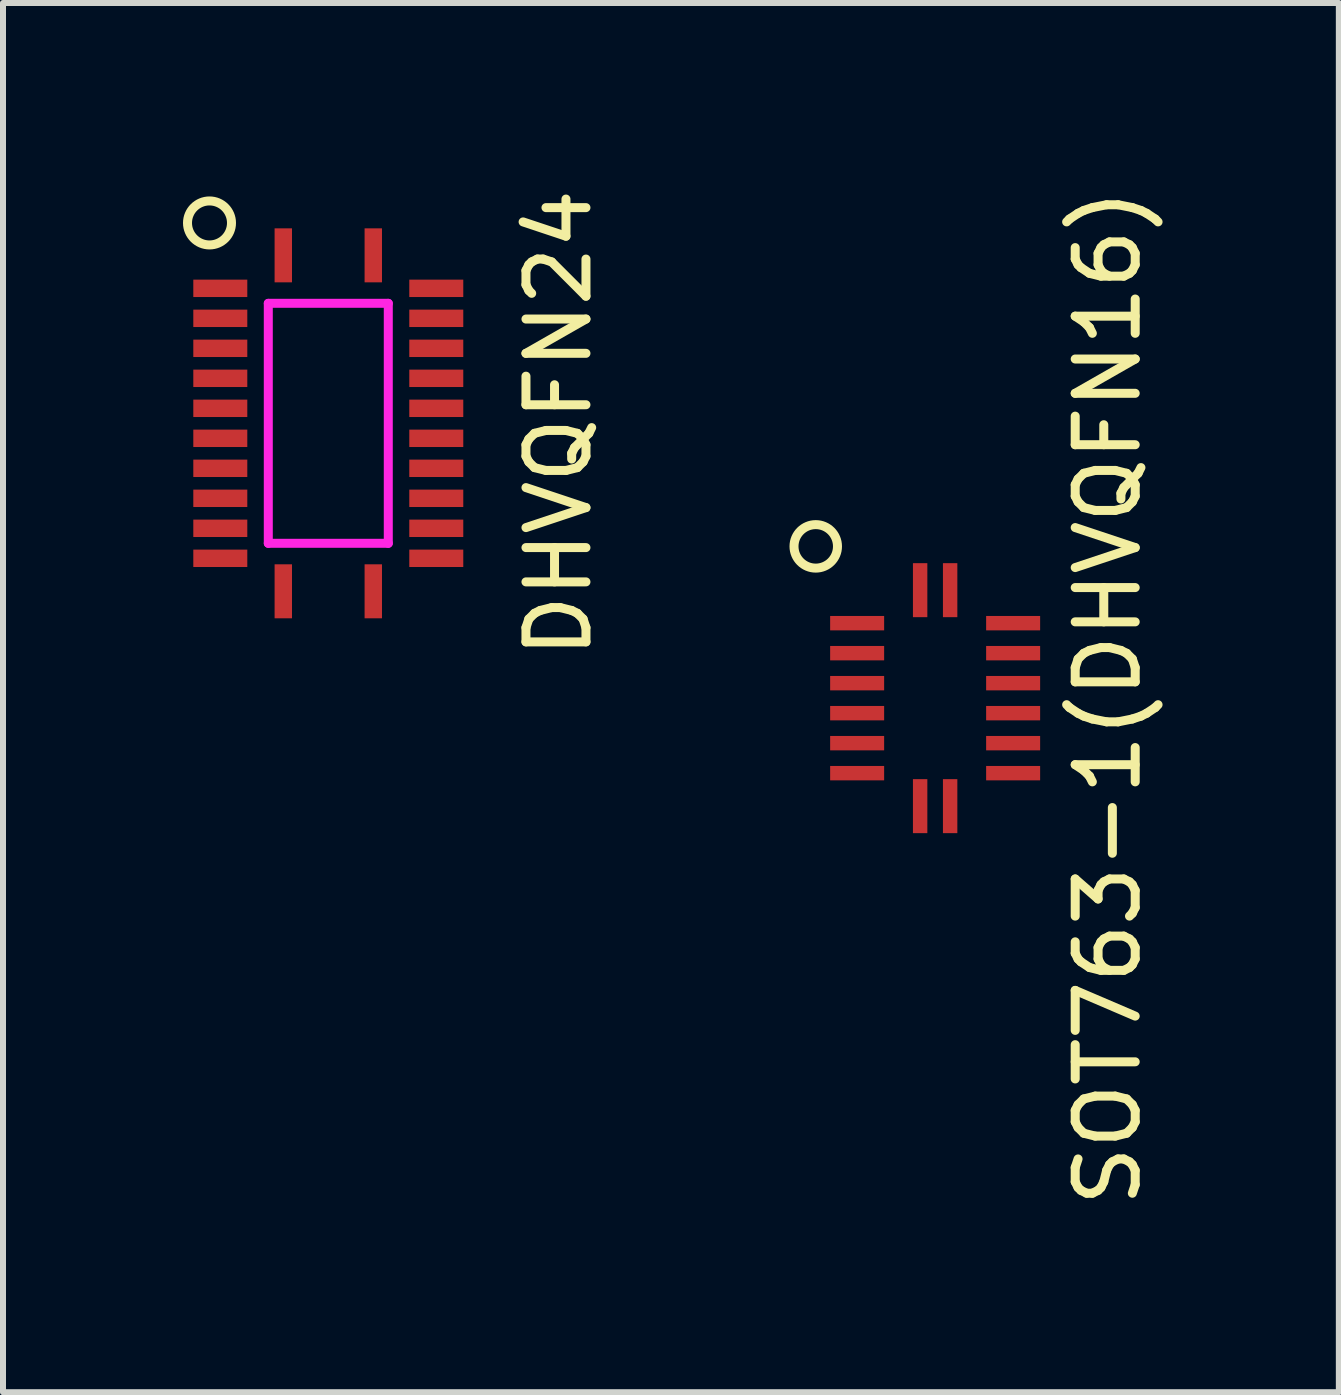
<source format=kicad_pcb>
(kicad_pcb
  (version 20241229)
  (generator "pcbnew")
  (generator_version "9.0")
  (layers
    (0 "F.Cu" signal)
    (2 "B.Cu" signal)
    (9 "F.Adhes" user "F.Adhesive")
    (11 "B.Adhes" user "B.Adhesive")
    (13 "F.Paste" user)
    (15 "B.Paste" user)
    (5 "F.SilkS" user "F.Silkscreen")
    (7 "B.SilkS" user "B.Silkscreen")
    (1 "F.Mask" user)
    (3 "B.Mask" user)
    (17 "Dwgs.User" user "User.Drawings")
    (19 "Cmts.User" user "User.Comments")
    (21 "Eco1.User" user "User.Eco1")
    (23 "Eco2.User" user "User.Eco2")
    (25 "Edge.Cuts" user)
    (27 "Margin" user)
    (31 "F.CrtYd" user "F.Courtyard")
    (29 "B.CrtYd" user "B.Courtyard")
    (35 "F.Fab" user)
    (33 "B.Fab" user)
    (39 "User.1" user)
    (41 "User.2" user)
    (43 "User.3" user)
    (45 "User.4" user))
  (footprint "SOT763-1(DHVQFN16)"
    (layer "F.Cu")
    (at 12.537 8.587)
    (property "Reference" "SOT763-1(DHVQFN16)" (at 2.88 -0.01 90) (layer "F.SilkS") (effects (font (size 1 1) (thickness 0.15))))
    (attr through_hole)
    (fp_circle (center -1.99 -2.53) (end -1.67 -2.36) (stroke (width 0.15) (type solid)) (fill no) (layer "F.SilkS"))
    (pad "1" smd rect (at -0.25 -1.8) (size 0.24 0.9) (layers "F.Cu" "F.Mask" "F.Paste"))
    (pad "2" smd rect (at -1.3 -1.25) (size 0.9 0.24) (layers "F.Cu" "F.Mask" "F.Paste"))
    (pad "3" smd rect (at -1.3 -0.75) (size 0.9 0.24) (layers "F.Cu" "F.Mask" "F.Paste"))
    (pad "4" smd rect (at -1.3 -0.25) (size 0.9 0.24) (layers "F.Cu" "F.Mask" "F.Paste"))
    (pad "5" smd rect (at -1.3 0.25) (size 0.9 0.24) (layers "F.Cu" "F.Mask" "F.Paste"))
    (pad "6" smd rect (at -1.3 0.75) (size 0.9 0.24) (layers "F.Cu" "F.Mask" "F.Paste"))
    (pad "7" smd rect (at -1.3 1.25) (size 0.9 0.24) (layers "F.Cu" "F.Mask" "F.Paste"))
    (pad "8" smd rect (at -0.25 1.8) (size 0.24 0.9) (layers "F.Cu" "F.Mask" "F.Paste"))
    (pad "9" smd rect (at 0.25 1.8) (size 0.24 0.9) (layers "F.Cu" "F.Mask" "F.Paste"))
    (pad "10" smd rect (at 1.3 1.25) (size 0.9 0.24) (layers "F.Cu" "F.Mask" "F.Paste"))
    (pad "11" smd rect (at 1.3 0.75) (size 0.9 0.24) (layers "F.Cu" "F.Mask" "F.Paste"))
    (pad "12" smd rect (at 1.3 0.25) (size 0.9 0.24) (layers "F.Cu" "F.Mask" "F.Paste"))
    (pad "13" smd rect (at 1.3 -0.25) (size 0.9 0.24) (layers "F.Cu" "F.Mask" "F.Paste"))
    (pad "14" smd rect (at 1.3 -0.75) (size 0.9 0.24) (layers "F.Cu" "F.Mask" "F.Paste"))
    (pad "15" smd rect (at 1.3 -1.25) (size 0.9 0.24) (layers "F.Cu" "F.Mask" "F.Paste"))
    (pad "16" smd rect (at 0.25 -1.8) (size 0.24 0.9) (layers "F.Cu" "F.Mask" "F.Paste")))
  (footprint "DHVQFN24"
    (layer "F.Cu")
    (at 2.422 4.006)
    (property "Reference" "DHVQFN24" (at 3.84 0 90) (layer "F.SilkS") (effects (font (size 1 1) (thickness 0.15))))
    (attr through_hole)
    (fp_circle (center -1.98 -3.34) (end -1.65 -3.18) (stroke (width 0.15) (type solid)) (fill no) (layer "F.SilkS"))
    (fp_line (start -1 -2) (end 1 -2) (stroke (width 0.15) (type solid)) (layer "F.CrtYd"))
    (fp_line (start -1 2) (end -1 -2) (stroke (width 0.15) (type solid)) (layer "F.CrtYd"))
    (fp_line (start 1 -2) (end 1 2) (stroke (width 0.15) (type solid)) (layer "F.CrtYd"))
    (fp_line (start 1 2) (end -1 2) (stroke (width 0.15) (type solid)) (layer "F.CrtYd"))
    (pad "1" smd rect (at -0.75 -2.8) (size 0.29 0.9) (layers "F.Cu" "F.Mask" "F.Paste"))
    (pad "2" smd rect (at -1.8 -2.25) (size 0.9 0.29) (layers "F.Cu" "F.Mask" "F.Paste"))
    (pad "3" smd rect (at -1.8 -1.75) (size 0.9 0.29) (layers "F.Cu" "F.Mask" "F.Paste"))
    (pad "4" smd rect (at -1.8 -1.25) (size 0.9 0.29) (layers "F.Cu" "F.Mask" "F.Paste"))
    (pad "5" smd rect (at -1.8 -0.75) (size 0.9 0.29) (layers "F.Cu" "F.Mask" "F.Paste"))
    (pad "6" smd rect (at -1.8 -0.25) (size 0.9 0.29) (layers "F.Cu" "F.Mask" "F.Paste"))
    (pad "7" smd rect (at -1.8 0.25) (size 0.9 0.29) (layers "F.Cu" "F.Mask" "F.Paste"))
    (pad "8" smd rect (at -1.8 0.75) (size 0.9 0.29) (layers "F.Cu" "F.Mask" "F.Paste"))
    (pad "9" smd rect (at -1.8 1.25) (size 0.9 0.29) (layers "F.Cu" "F.Mask" "F.Paste"))
    (pad "10" smd rect (at -1.8 1.75) (size 0.9 0.29) (layers "F.Cu" "F.Mask" "F.Paste"))
    (pad "11" smd rect (at -1.8 2.25) (size 0.9 0.29) (layers "F.Cu" "F.Mask" "F.Paste"))
    (pad "12" smd rect (at -0.75 2.8) (size 0.29 0.9) (layers "F.Cu" "F.Mask" "F.Paste"))
    (pad "13" smd rect (at 0.75 2.8) (size 0.29 0.9) (layers "F.Cu" "F.Mask" "F.Paste"))
    (pad "14" smd rect (at 1.8 2.25) (size 0.9 0.29) (layers "F.Cu" "F.Mask" "F.Paste"))
    (pad "15" smd rect (at 1.8 1.75) (size 0.9 0.29) (layers "F.Cu" "F.Mask" "F.Paste"))
    (pad "16" smd rect (at 1.8 1.25) (size 0.9 0.29) (layers "F.Cu" "F.Mask" "F.Paste"))
    (pad "17" smd rect (at 1.8 0.75) (size 0.9 0.29) (layers "F.Cu" "F.Mask" "F.Paste"))
    (pad "18" smd rect (at 1.8 0.25) (size 0.9 0.29) (layers "F.Cu" "F.Mask" "F.Paste"))
    (pad "19" smd rect (at 1.8 -0.25) (size 0.9 0.29) (layers "F.Cu" "F.Mask" "F.Paste"))
    (pad "20" smd rect (at 1.8 -0.75) (size 0.9 0.29) (layers "F.Cu" "F.Mask" "F.Paste"))
    (pad "21" smd rect (at 1.8 -1.25) (size 0.9 0.29) (layers "F.Cu" "F.Mask" "F.Paste"))
    (pad "22" smd rect (at 1.8 -1.75) (size 0.9 0.29) (layers "F.Cu" "F.Mask" "F.Paste"))
    (pad "23" smd rect (at 1.8 -2.25) (size 0.9 0.29) (layers "F.Cu" "F.Mask" "F.Paste"))
    (pad "24" smd rect (at 0.75 -2.8) (size 0.29 0.9) (layers "F.Cu" "F.Mask" "F.Paste")))
  (gr_rect
    (start -3 -3)
    (end 19.266 20.155)
    (stroke (width 0.1) (type default))
    (fill no)
    (layer "Edge.Cuts")))
</source>
